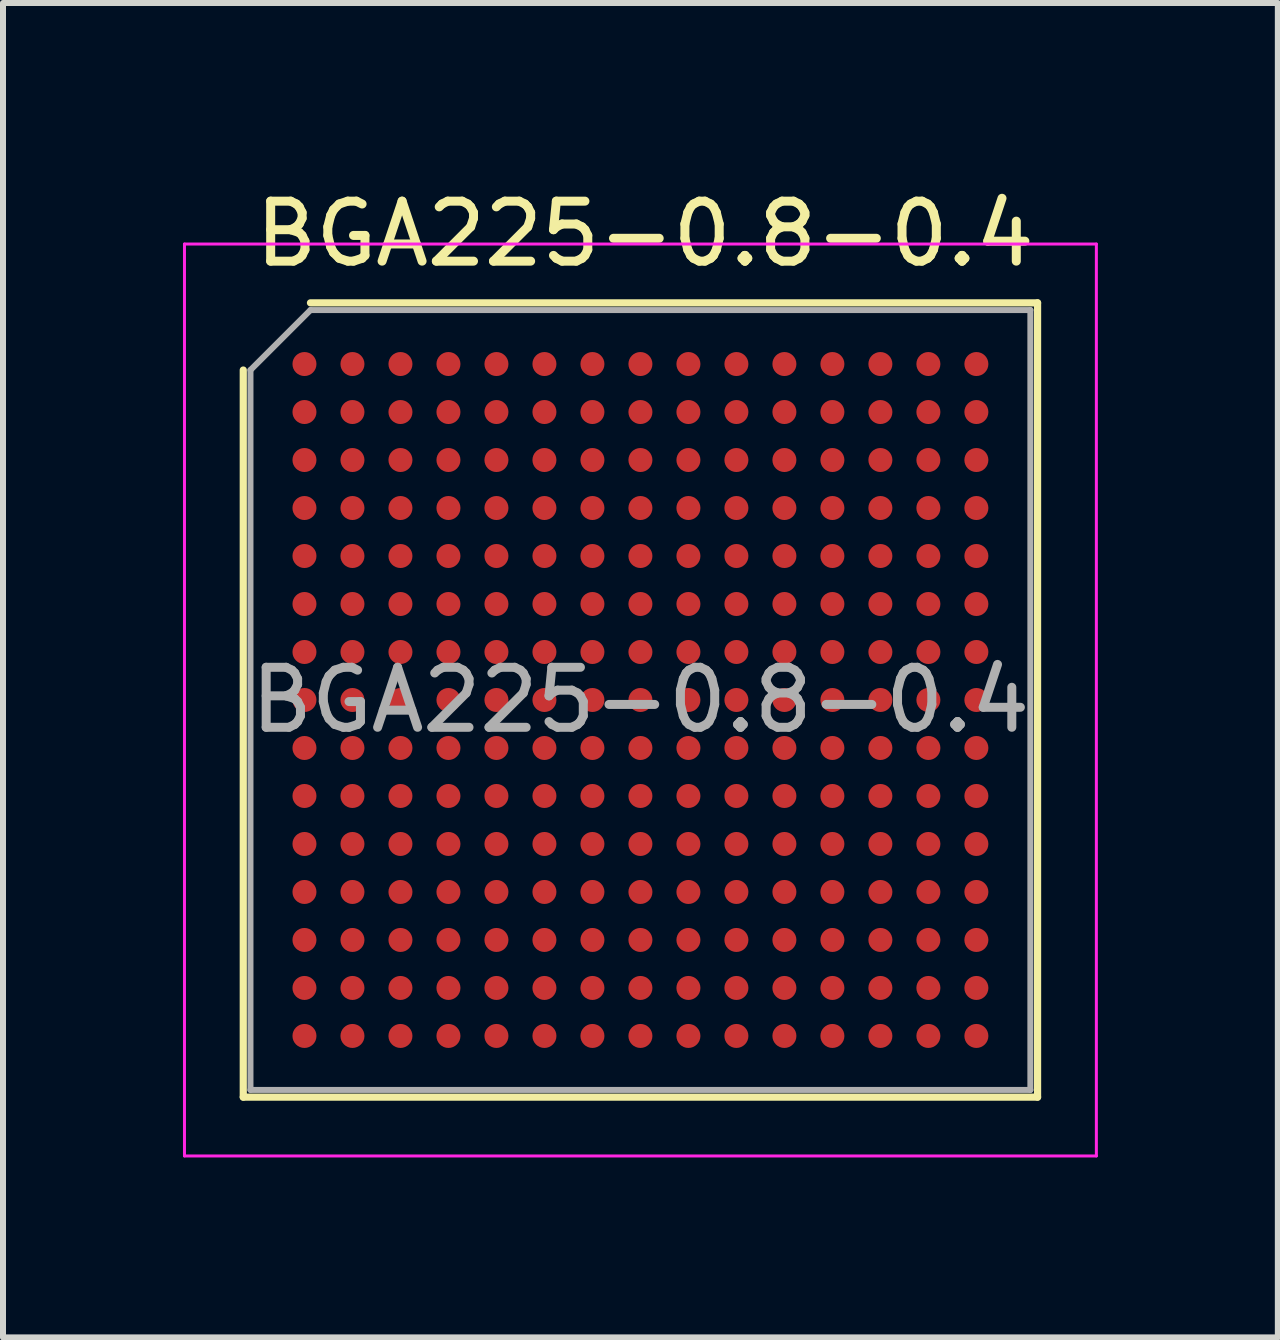
<source format=kicad_pcb>
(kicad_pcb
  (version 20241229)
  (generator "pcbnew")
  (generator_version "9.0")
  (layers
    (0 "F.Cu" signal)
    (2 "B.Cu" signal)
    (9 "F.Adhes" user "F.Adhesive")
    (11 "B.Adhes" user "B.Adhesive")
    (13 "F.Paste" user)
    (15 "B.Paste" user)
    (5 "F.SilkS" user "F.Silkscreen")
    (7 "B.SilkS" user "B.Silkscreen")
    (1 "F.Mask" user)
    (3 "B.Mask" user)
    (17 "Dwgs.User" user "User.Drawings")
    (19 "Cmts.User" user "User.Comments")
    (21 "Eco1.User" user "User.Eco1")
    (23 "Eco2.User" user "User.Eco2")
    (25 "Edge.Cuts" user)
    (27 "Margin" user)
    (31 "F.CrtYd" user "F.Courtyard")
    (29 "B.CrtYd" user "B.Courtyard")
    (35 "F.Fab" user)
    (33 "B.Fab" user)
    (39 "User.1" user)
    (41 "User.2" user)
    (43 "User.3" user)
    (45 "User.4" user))
  (footprint "BGA225-0.8-0.4"
    (layer "F.Cu")
    (at 7.625 8.618)
    (property "Reference" "BGA225-0.8-0.4" (at -6.5 -7.77 0) (layer "F.SilkS") (effects (font (size 1 1) (thickness 0.15)) (justify left)))
    (attr smd)
    (fp_line (start -6.62 -5.5) (end -6.62 6.62) (stroke (width 0.12) (type solid)) (layer "F.SilkS"))
    (fp_line (start -5.5 -6.62) (end 6.62 -6.62) (stroke (width 0.12) (type solid)) (layer "F.SilkS"))
    (fp_line (start 6.62 6.62) (end -6.62 6.62) (stroke (width 0.12) (type solid)) (layer "F.SilkS"))
    (fp_line (start 6.62 6.62) (end 6.62 -6.62) (stroke (width 0.12) (type solid)) (layer "F.SilkS"))
    (fp_line (start -7.6 -7.6) (end -7.6 7.6) (stroke (width 0.05) (type solid)) (layer "F.CrtYd"))
    (fp_line (start -7.6 -7.6) (end 7.6 -7.6) (stroke (width 0.05) (type solid)) (layer "F.CrtYd"))
    (fp_line (start 7.6 7.6) (end -7.6 7.6) (stroke (width 0.05) (type solid)) (layer "F.CrtYd"))
    (fp_line (start 7.6 7.6) (end 7.6 -7.6) (stroke (width 0.05) (type solid)) (layer "F.CrtYd"))
    (fp_line (start -6.5 -5.5) (end -6.5 6.5) (stroke (width 0.1) (type solid)) (layer "F.Fab"))
    (fp_line (start -5.5 -6.5) (end -6.5 -5.5) (stroke (width 0.1) (type solid)) (layer "F.Fab"))
    (fp_line (start -5.5 -6.5) (end 6.5 -6.5) (stroke (width 0.1) (type solid)) (layer "F.Fab"))
    (fp_line (start 6.5 6.5) (end -6.5 6.5) (stroke (width 0.1) (type solid)) (layer "F.Fab"))
    (fp_line (start 6.5 6.5) (end 6.5 -6.5) (stroke (width 0.1) (type solid)) (layer "F.Fab"))
    (fp_text user "${REFERENCE}" (at 0 0 0) (layer "F.Fab") (effects (font (size 1 1) (thickness 0.15))))
    (pad "A1" smd circle (at -5.6 -5.6) (size 0.4 0.4) (layers "F.Cu" "F.Mask" "F.Paste"))
    (pad "A2" smd circle (at -4.8 -5.6) (size 0.4 0.4) (layers "F.Cu" "F.Mask" "F.Paste"))
    (pad "A3" smd circle (at -4 -5.6) (size 0.4 0.4) (layers "F.Cu" "F.Mask" "F.Paste"))
    (pad "A4" smd circle (at -3.2 -5.6) (size 0.4 0.4) (layers "F.Cu" "F.Mask" "F.Paste"))
    (pad "A5" smd circle (at -2.4 -5.6) (size 0.4 0.4) (layers "F.Cu" "F.Mask" "F.Paste"))
    (pad "A6" smd circle (at -1.6 -5.6) (size 0.4 0.4) (layers "F.Cu" "F.Mask" "F.Paste"))
    (pad "A7" smd circle (at -0.8 -5.6) (size 0.4 0.4) (layers "F.Cu" "F.Mask" "F.Paste"))
    (pad "A8" smd circle (at 0 -5.6) (size 0.4 0.4) (layers "F.Cu" "F.Mask" "F.Paste"))
    (pad "A9" smd circle (at 0.8 -5.6) (size 0.4 0.4) (layers "F.Cu" "F.Mask" "F.Paste"))
    (pad "A10" smd circle (at 1.6 -5.6) (size 0.4 0.4) (layers "F.Cu" "F.Mask" "F.Paste"))
    (pad "A11" smd circle (at 2.4 -5.6) (size 0.4 0.4) (layers "F.Cu" "F.Mask" "F.Paste"))
    (pad "A12" smd circle (at 3.2 -5.6) (size 0.4 0.4) (layers "F.Cu" "F.Mask" "F.Paste"))
    (pad "A13" smd circle (at 4 -5.6) (size 0.4 0.4) (layers "F.Cu" "F.Mask" "F.Paste"))
    (pad "A14" smd circle (at 4.8 -5.6) (size 0.4 0.4) (layers "F.Cu" "F.Mask" "F.Paste"))
    (pad "A15" smd circle (at 5.6 -5.6) (size 0.4 0.4) (layers "F.Cu" "F.Mask" "F.Paste"))
    (pad "B1" smd circle (at -5.6 -4.8) (size 0.4 0.4) (layers "F.Cu" "F.Mask" "F.Paste"))
    (pad "B2" smd circle (at -4.8 -4.8) (size 0.4 0.4) (layers "F.Cu" "F.Mask" "F.Paste"))
    (pad "B3" smd circle (at -4 -4.8) (size 0.4 0.4) (layers "F.Cu" "F.Mask" "F.Paste"))
    (pad "B4" smd circle (at -3.2 -4.8) (size 0.4 0.4) (layers "F.Cu" "F.Mask" "F.Paste"))
    (pad "B5" smd circle (at -2.4 -4.8) (size 0.4 0.4) (layers "F.Cu" "F.Mask" "F.Paste"))
    (pad "B6" smd circle (at -1.6 -4.8) (size 0.4 0.4) (layers "F.Cu" "F.Mask" "F.Paste"))
    (pad "B7" smd circle (at -0.8 -4.8) (size 0.4 0.4) (layers "F.Cu" "F.Mask" "F.Paste"))
    (pad "B8" smd circle (at 0 -4.8) (size 0.4 0.4) (layers "F.Cu" "F.Mask" "F.Paste"))
    (pad "B9" smd circle (at 0.8 -4.8) (size 0.4 0.4) (layers "F.Cu" "F.Mask" "F.Paste"))
    (pad "B10" smd circle (at 1.6 -4.8) (size 0.4 0.4) (layers "F.Cu" "F.Mask" "F.Paste"))
    (pad "B11" smd circle (at 2.4 -4.8) (size 0.4 0.4) (layers "F.Cu" "F.Mask" "F.Paste"))
    (pad "B12" smd circle (at 3.2 -4.8) (size 0.4 0.4) (layers "F.Cu" "F.Mask" "F.Paste"))
    (pad "B13" smd circle (at 4 -4.8) (size 0.4 0.4) (layers "F.Cu" "F.Mask" "F.Paste"))
    (pad "B14" smd circle (at 4.8 -4.8) (size 0.4 0.4) (layers "F.Cu" "F.Mask" "F.Paste"))
    (pad "B15" smd circle (at 5.6 -4.8) (size 0.4 0.4) (layers "F.Cu" "F.Mask" "F.Paste"))
    (pad "C1" smd circle (at -5.6 -4) (size 0.4 0.4) (layers "F.Cu" "F.Mask" "F.Paste"))
    (pad "C2" smd circle (at -4.8 -4) (size 0.4 0.4) (layers "F.Cu" "F.Mask" "F.Paste"))
    (pad "C3" smd circle (at -4 -4) (size 0.4 0.4) (layers "F.Cu" "F.Mask" "F.Paste"))
    (pad "C4" smd circle (at -3.2 -4) (size 0.4 0.4) (layers "F.Cu" "F.Mask" "F.Paste"))
    (pad "C5" smd circle (at -2.4 -4) (size 0.4 0.4) (layers "F.Cu" "F.Mask" "F.Paste"))
    (pad "C6" smd circle (at -1.6 -4) (size 0.4 0.4) (layers "F.Cu" "F.Mask" "F.Paste"))
    (pad "C7" smd circle (at -0.8 -4) (size 0.4 0.4) (layers "F.Cu" "F.Mask" "F.Paste"))
    (pad "C8" smd circle (at 0 -4) (size 0.4 0.4) (layers "F.Cu" "F.Mask" "F.Paste"))
    (pad "C9" smd circle (at 0.8 -4) (size 0.4 0.4) (layers "F.Cu" "F.Mask" "F.Paste"))
    (pad "C10" smd circle (at 1.6 -4) (size 0.4 0.4) (layers "F.Cu" "F.Mask" "F.Paste"))
    (pad "C11" smd circle (at 2.4 -4) (size 0.4 0.4) (layers "F.Cu" "F.Mask" "F.Paste"))
    (pad "C12" smd circle (at 3.2 -4) (size 0.4 0.4) (layers "F.Cu" "F.Mask" "F.Paste"))
    (pad "C13" smd circle (at 4 -4) (size 0.4 0.4) (layers "F.Cu" "F.Mask" "F.Paste"))
    (pad "C14" smd circle (at 4.8 -4) (size 0.4 0.4) (layers "F.Cu" "F.Mask" "F.Paste"))
    (pad "C15" smd circle (at 5.6 -4) (size 0.4 0.4) (layers "F.Cu" "F.Mask" "F.Paste"))
    (pad "D1" smd circle (at -5.6 -3.2) (size 0.4 0.4) (layers "F.Cu" "F.Mask" "F.Paste"))
    (pad "D2" smd circle (at -4.8 -3.2) (size 0.4 0.4) (layers "F.Cu" "F.Mask" "F.Paste"))
    (pad "D3" smd circle (at -4 -3.2) (size 0.4 0.4) (layers "F.Cu" "F.Mask" "F.Paste"))
    (pad "D4" smd circle (at -3.2 -3.2) (size 0.4 0.4) (layers "F.Cu" "F.Mask" "F.Paste"))
    (pad "D5" smd circle (at -2.4 -3.2) (size 0.4 0.4) (layers "F.Cu" "F.Mask" "F.Paste"))
    (pad "D6" smd circle (at -1.6 -3.2) (size 0.4 0.4) (layers "F.Cu" "F.Mask" "F.Paste"))
    (pad "D7" smd circle (at -0.8 -3.2) (size 0.4 0.4) (layers "F.Cu" "F.Mask" "F.Paste"))
    (pad "D8" smd circle (at 0 -3.2) (size 0.4 0.4) (layers "F.Cu" "F.Mask" "F.Paste"))
    (pad "D9" smd circle (at 0.8 -3.2) (size 0.4 0.4) (layers "F.Cu" "F.Mask" "F.Paste"))
    (pad "D10" smd circle (at 1.6 -3.2) (size 0.4 0.4) (layers "F.Cu" "F.Mask" "F.Paste"))
    (pad "D11" smd circle (at 2.4 -3.2) (size 0.4 0.4) (layers "F.Cu" "F.Mask" "F.Paste"))
    (pad "D12" smd circle (at 3.2 -3.2) (size 0.4 0.4) (layers "F.Cu" "F.Mask" "F.Paste"))
    (pad "D13" smd circle (at 4 -3.2) (size 0.4 0.4) (layers "F.Cu" "F.Mask" "F.Paste"))
    (pad "D14" smd circle (at 4.8 -3.2) (size 0.4 0.4) (layers "F.Cu" "F.Mask" "F.Paste"))
    (pad "D15" smd circle (at 5.6 -3.2) (size 0.4 0.4) (layers "F.Cu" "F.Mask" "F.Paste"))
    (pad "E1" smd circle (at -5.6 -2.4) (size 0.4 0.4) (layers "F.Cu" "F.Mask" "F.Paste"))
    (pad "E2" smd circle (at -4.8 -2.4) (size 0.4 0.4) (layers "F.Cu" "F.Mask" "F.Paste"))
    (pad "E3" smd circle (at -4 -2.4) (size 0.4 0.4) (layers "F.Cu" "F.Mask" "F.Paste"))
    (pad "E4" smd circle (at -3.2 -2.4) (size 0.4 0.4) (layers "F.Cu" "F.Mask" "F.Paste"))
    (pad "E5" smd circle (at -2.4 -2.4) (size 0.4 0.4) (layers "F.Cu" "F.Mask" "F.Paste"))
    (pad "E6" smd circle (at -1.6 -2.4) (size 0.4 0.4) (layers "F.Cu" "F.Mask" "F.Paste"))
    (pad "E7" smd circle (at -0.8 -2.4) (size 0.4 0.4) (layers "F.Cu" "F.Mask" "F.Paste"))
    (pad "E8" smd circle (at 0 -2.4) (size 0.4 0.4) (layers "F.Cu" "F.Mask" "F.Paste"))
    (pad "E9" smd circle (at 0.8 -2.4) (size 0.4 0.4) (layers "F.Cu" "F.Mask" "F.Paste"))
    (pad "E10" smd circle (at 1.6 -2.4) (size 0.4 0.4) (layers "F.Cu" "F.Mask" "F.Paste"))
    (pad "E11" smd circle (at 2.4 -2.4) (size 0.4 0.4) (layers "F.Cu" "F.Mask" "F.Paste"))
    (pad "E12" smd circle (at 3.2 -2.4) (size 0.4 0.4) (layers "F.Cu" "F.Mask" "F.Paste"))
    (pad "E13" smd circle (at 4 -2.4) (size 0.4 0.4) (layers "F.Cu" "F.Mask" "F.Paste"))
    (pad "E14" smd circle (at 4.8 -2.4) (size 0.4 0.4) (layers "F.Cu" "F.Mask" "F.Paste"))
    (pad "E15" smd circle (at 5.6 -2.4) (size 0.4 0.4) (layers "F.Cu" "F.Mask" "F.Paste"))
    (pad "F1" smd circle (at -5.6 -1.6) (size 0.4 0.4) (layers "F.Cu" "F.Mask" "F.Paste"))
    (pad "F2" smd circle (at -4.8 -1.6) (size 0.4 0.4) (layers "F.Cu" "F.Mask" "F.Paste"))
    (pad "F3" smd circle (at -4 -1.6) (size 0.4 0.4) (layers "F.Cu" "F.Mask" "F.Paste"))
    (pad "F4" smd circle (at -3.2 -1.6) (size 0.4 0.4) (layers "F.Cu" "F.Mask" "F.Paste"))
    (pad "F5" smd circle (at -2.4 -1.6) (size 0.4 0.4) (layers "F.Cu" "F.Mask" "F.Paste"))
    (pad "F6" smd circle (at -1.6 -1.6) (size 0.4 0.4) (layers "F.Cu" "F.Mask" "F.Paste"))
    (pad "F7" smd circle (at -0.8 -1.6) (size 0.4 0.4) (layers "F.Cu" "F.Mask" "F.Paste"))
    (pad "F8" smd circle (at 0 -1.6) (size 0.4 0.4) (layers "F.Cu" "F.Mask" "F.Paste"))
    (pad "F9" smd circle (at 0.8 -1.6) (size 0.4 0.4) (layers "F.Cu" "F.Mask" "F.Paste"))
    (pad "F10" smd circle (at 1.6 -1.6) (size 0.4 0.4) (layers "F.Cu" "F.Mask" "F.Paste"))
    (pad "F11" smd circle (at 2.4 -1.6) (size 0.4 0.4) (layers "F.Cu" "F.Mask" "F.Paste"))
    (pad "F12" smd circle (at 3.2 -1.6) (size 0.4 0.4) (layers "F.Cu" "F.Mask" "F.Paste"))
    (pad "F13" smd circle (at 4 -1.6) (size 0.4 0.4) (layers "F.Cu" "F.Mask" "F.Paste"))
    (pad "F14" smd circle (at 4.8 -1.6) (size 0.4 0.4) (layers "F.Cu" "F.Mask" "F.Paste"))
    (pad "F15" smd circle (at 5.6 -1.6) (size 0.4 0.4) (layers "F.Cu" "F.Mask" "F.Paste"))
    (pad "G1" smd circle (at -5.6 -0.8) (size 0.4 0.4) (layers "F.Cu" "F.Mask" "F.Paste"))
    (pad "G2" smd circle (at -4.8 -0.8) (size 0.4 0.4) (layers "F.Cu" "F.Mask" "F.Paste"))
    (pad "G3" smd circle (at -4 -0.8) (size 0.4 0.4) (layers "F.Cu" "F.Mask" "F.Paste"))
    (pad "G4" smd circle (at -3.2 -0.8) (size 0.4 0.4) (layers "F.Cu" "F.Mask" "F.Paste"))
    (pad "G5" smd circle (at -2.4 -0.8) (size 0.4 0.4) (layers "F.Cu" "F.Mask" "F.Paste"))
    (pad "G6" smd circle (at -1.6 -0.8) (size 0.4 0.4) (layers "F.Cu" "F.Mask" "F.Paste"))
    (pad "G7" smd circle (at -0.8 -0.8) (size 0.4 0.4) (layers "F.Cu" "F.Mask" "F.Paste"))
    (pad "G8" smd circle (at 0 -0.8) (size 0.4 0.4) (layers "F.Cu" "F.Mask" "F.Paste"))
    (pad "G9" smd circle (at 0.8 -0.8) (size 0.4 0.4) (layers "F.Cu" "F.Mask" "F.Paste"))
    (pad "G10" smd circle (at 1.6 -0.8) (size 0.4 0.4) (layers "F.Cu" "F.Mask" "F.Paste"))
    (pad "G11" smd circle (at 2.4 -0.8) (size 0.4 0.4) (layers "F.Cu" "F.Mask" "F.Paste"))
    (pad "G12" smd circle (at 3.2 -0.8) (size 0.4 0.4) (layers "F.Cu" "F.Mask" "F.Paste"))
    (pad "G13" smd circle (at 4 -0.8) (size 0.4 0.4) (layers "F.Cu" "F.Mask" "F.Paste"))
    (pad "G14" smd circle (at 4.8 -0.8) (size 0.4 0.4) (layers "F.Cu" "F.Mask" "F.Paste"))
    (pad "G15" smd circle (at 5.6 -0.8) (size 0.4 0.4) (layers "F.Cu" "F.Mask" "F.Paste"))
    (pad "H1" smd circle (at -5.6 0) (size 0.4 0.4) (layers "F.Cu" "F.Mask" "F.Paste"))
    (pad "H2" smd circle (at -4.8 0) (size 0.4 0.4) (layers "F.Cu" "F.Mask" "F.Paste"))
    (pad "H3" smd circle (at -4 0) (size 0.4 0.4) (layers "F.Cu" "F.Mask" "F.Paste"))
    (pad "H4" smd circle (at -3.2 0) (size 0.4 0.4) (layers "F.Cu" "F.Mask" "F.Paste"))
    (pad "H5" smd circle (at -2.4 0) (size 0.4 0.4) (layers "F.Cu" "F.Mask" "F.Paste"))
    (pad "H6" smd circle (at -1.6 0) (size 0.4 0.4) (layers "F.Cu" "F.Mask" "F.Paste"))
    (pad "H7" smd circle (at -0.8 0) (size 0.4 0.4) (layers "F.Cu" "F.Mask" "F.Paste"))
    (pad "H8" smd circle (at 0 0) (size 0.4 0.4) (layers "F.Cu" "F.Mask" "F.Paste"))
    (pad "H9" smd circle (at 0.8 0) (size 0.4 0.4) (layers "F.Cu" "F.Mask" "F.Paste"))
    (pad "H10" smd circle (at 1.6 0) (size 0.4 0.4) (layers "F.Cu" "F.Mask" "F.Paste"))
    (pad "H11" smd circle (at 2.4 0) (size 0.4 0.4) (layers "F.Cu" "F.Mask" "F.Paste"))
    (pad "H12" smd circle (at 3.2 0) (size 0.4 0.4) (layers "F.Cu" "F.Mask" "F.Paste"))
    (pad "H13" smd circle (at 4 0) (size 0.4 0.4) (layers "F.Cu" "F.Mask" "F.Paste"))
    (pad "H14" smd circle (at 4.8 0) (size 0.4 0.4) (layers "F.Cu" "F.Mask" "F.Paste"))
    (pad "H15" smd circle (at 5.6 0) (size 0.4 0.4) (layers "F.Cu" "F.Mask" "F.Paste"))
    (pad "J1" smd circle (at -5.6 0.8) (size 0.4 0.4) (layers "F.Cu" "F.Mask" "F.Paste"))
    (pad "J2" smd circle (at -4.8 0.8) (size 0.4 0.4) (layers "F.Cu" "F.Mask" "F.Paste"))
    (pad "J3" smd circle (at -4 0.8) (size 0.4 0.4) (layers "F.Cu" "F.Mask" "F.Paste"))
    (pad "J4" smd circle (at -3.2 0.8) (size 0.4 0.4) (layers "F.Cu" "F.Mask" "F.Paste"))
    (pad "J5" smd circle (at -2.4 0.8) (size 0.4 0.4) (layers "F.Cu" "F.Mask" "F.Paste"))
    (pad "J6" smd circle (at -1.6 0.8) (size 0.4 0.4) (layers "F.Cu" "F.Mask" "F.Paste"))
    (pad "J7" smd circle (at -0.8 0.8) (size 0.4 0.4) (layers "F.Cu" "F.Mask" "F.Paste"))
    (pad "J8" smd circle (at 0 0.8) (size 0.4 0.4) (layers "F.Cu" "F.Mask" "F.Paste"))
    (pad "J9" smd circle (at 0.8 0.8) (size 0.4 0.4) (layers "F.Cu" "F.Mask" "F.Paste"))
    (pad "J10" smd circle (at 1.6 0.8) (size 0.4 0.4) (layers "F.Cu" "F.Mask" "F.Paste"))
    (pad "J11" smd circle (at 2.4 0.8) (size 0.4 0.4) (layers "F.Cu" "F.Mask" "F.Paste"))
    (pad "J12" smd circle (at 3.2 0.8) (size 0.4 0.4) (layers "F.Cu" "F.Mask" "F.Paste"))
    (pad "J13" smd circle (at 4 0.8) (size 0.4 0.4) (layers "F.Cu" "F.Mask" "F.Paste"))
    (pad "J14" smd circle (at 4.8 0.8) (size 0.4 0.4) (layers "F.Cu" "F.Mask" "F.Paste"))
    (pad "J15" smd circle (at 5.6 0.8) (size 0.4 0.4) (layers "F.Cu" "F.Mask" "F.Paste"))
    (pad "K1" smd circle (at -5.6 1.6) (size 0.4 0.4) (layers "F.Cu" "F.Mask" "F.Paste"))
    (pad "K2" smd circle (at -4.8 1.6) (size 0.4 0.4) (layers "F.Cu" "F.Mask" "F.Paste"))
    (pad "K3" smd circle (at -4 1.6) (size 0.4 0.4) (layers "F.Cu" "F.Mask" "F.Paste"))
    (pad "K4" smd circle (at -3.2 1.6) (size 0.4 0.4) (layers "F.Cu" "F.Mask" "F.Paste"))
    (pad "K5" smd circle (at -2.4 1.6) (size 0.4 0.4) (layers "F.Cu" "F.Mask" "F.Paste"))
    (pad "K6" smd circle (at -1.6 1.6) (size 0.4 0.4) (layers "F.Cu" "F.Mask" "F.Paste"))
    (pad "K7" smd circle (at -0.8 1.6) (size 0.4 0.4) (layers "F.Cu" "F.Mask" "F.Paste"))
    (pad "K8" smd circle (at 0 1.6) (size 0.4 0.4) (layers "F.Cu" "F.Mask" "F.Paste"))
    (pad "K9" smd circle (at 0.8 1.6) (size 0.4 0.4) (layers "F.Cu" "F.Mask" "F.Paste"))
    (pad "K10" smd circle (at 1.6 1.6) (size 0.4 0.4) (layers "F.Cu" "F.Mask" "F.Paste"))
    (pad "K11" smd circle (at 2.4 1.6) (size 0.4 0.4) (layers "F.Cu" "F.Mask" "F.Paste"))
    (pad "K12" smd circle (at 3.2 1.6) (size 0.4 0.4) (layers "F.Cu" "F.Mask" "F.Paste"))
    (pad "K13" smd circle (at 4 1.6) (size 0.4 0.4) (layers "F.Cu" "F.Mask" "F.Paste"))
    (pad "K14" smd circle (at 4.8 1.6) (size 0.4 0.4) (layers "F.Cu" "F.Mask" "F.Paste"))
    (pad "K15" smd circle (at 5.6 1.6) (size 0.4 0.4) (layers "F.Cu" "F.Mask" "F.Paste"))
    (pad "L1" smd circle (at -5.6 2.4) (size 0.4 0.4) (layers "F.Cu" "F.Mask" "F.Paste"))
    (pad "L2" smd circle (at -4.8 2.4) (size 0.4 0.4) (layers "F.Cu" "F.Mask" "F.Paste"))
    (pad "L3" smd circle (at -4 2.4) (size 0.4 0.4) (layers "F.Cu" "F.Mask" "F.Paste"))
    (pad "L4" smd circle (at -3.2 2.4) (size 0.4 0.4) (layers "F.Cu" "F.Mask" "F.Paste"))
    (pad "L5" smd circle (at -2.4 2.4) (size 0.4 0.4) (layers "F.Cu" "F.Mask" "F.Paste"))
    (pad "L6" smd circle (at -1.6 2.4) (size 0.4 0.4) (layers "F.Cu" "F.Mask" "F.Paste"))
    (pad "L7" smd circle (at -0.8 2.4) (size 0.4 0.4) (layers "F.Cu" "F.Mask" "F.Paste"))
    (pad "L8" smd circle (at 0 2.4) (size 0.4 0.4) (layers "F.Cu" "F.Mask" "F.Paste"))
    (pad "L9" smd circle (at 0.8 2.4) (size 0.4 0.4) (layers "F.Cu" "F.Mask" "F.Paste"))
    (pad "L10" smd circle (at 1.6 2.4) (size 0.4 0.4) (layers "F.Cu" "F.Mask" "F.Paste"))
    (pad "L11" smd circle (at 2.4 2.4) (size 0.4 0.4) (layers "F.Cu" "F.Mask" "F.Paste"))
    (pad "L12" smd circle (at 3.2 2.4) (size 0.4 0.4) (layers "F.Cu" "F.Mask" "F.Paste"))
    (pad "L13" smd circle (at 4 2.4) (size 0.4 0.4) (layers "F.Cu" "F.Mask" "F.Paste"))
    (pad "L14" smd circle (at 4.8 2.4) (size 0.4 0.4) (layers "F.Cu" "F.Mask" "F.Paste"))
    (pad "L15" smd circle (at 5.6 2.4) (size 0.4 0.4) (layers "F.Cu" "F.Mask" "F.Paste"))
    (pad "M1" smd circle (at -5.6 3.2) (size 0.4 0.4) (layers "F.Cu" "F.Mask" "F.Paste"))
    (pad "M2" smd circle (at -4.8 3.2) (size 0.4 0.4) (layers "F.Cu" "F.Mask" "F.Paste"))
    (pad "M3" smd circle (at -4 3.2) (size 0.4 0.4) (layers "F.Cu" "F.Mask" "F.Paste"))
    (pad "M4" smd circle (at -3.2 3.2) (size 0.4 0.4) (layers "F.Cu" "F.Mask" "F.Paste"))
    (pad "M5" smd circle (at -2.4 3.2) (size 0.4 0.4) (layers "F.Cu" "F.Mask" "F.Paste"))
    (pad "M6" smd circle (at -1.6 3.2) (size 0.4 0.4) (layers "F.Cu" "F.Mask" "F.Paste"))
    (pad "M7" smd circle (at -0.8 3.2) (size 0.4 0.4) (layers "F.Cu" "F.Mask" "F.Paste"))
    (pad "M8" smd circle (at 0 3.2) (size 0.4 0.4) (layers "F.Cu" "F.Mask" "F.Paste"))
    (pad "M9" smd circle (at 0.8 3.2) (size 0.4 0.4) (layers "F.Cu" "F.Mask" "F.Paste"))
    (pad "M10" smd circle (at 1.6 3.2) (size 0.4 0.4) (layers "F.Cu" "F.Mask" "F.Paste"))
    (pad "M11" smd circle (at 2.4 3.2) (size 0.4 0.4) (layers "F.Cu" "F.Mask" "F.Paste"))
    (pad "M12" smd circle (at 3.2 3.2) (size 0.4 0.4) (layers "F.Cu" "F.Mask" "F.Paste"))
    (pad "M13" smd circle (at 4 3.2) (size 0.4 0.4) (layers "F.Cu" "F.Mask" "F.Paste"))
    (pad "M14" smd circle (at 4.8 3.2) (size 0.4 0.4) (layers "F.Cu" "F.Mask" "F.Paste"))
    (pad "M15" smd circle (at 5.6 3.2) (size 0.4 0.4) (layers "F.Cu" "F.Mask" "F.Paste"))
    (pad "N1" smd circle (at -5.6 4) (size 0.4 0.4) (layers "F.Cu" "F.Mask" "F.Paste"))
    (pad "N2" smd circle (at -4.8 4) (size 0.4 0.4) (layers "F.Cu" "F.Mask" "F.Paste"))
    (pad "N3" smd circle (at -4 4) (size 0.4 0.4) (layers "F.Cu" "F.Mask" "F.Paste"))
    (pad "N4" smd circle (at -3.2 4) (size 0.4 0.4) (layers "F.Cu" "F.Mask" "F.Paste"))
    (pad "N5" smd circle (at -2.4 4) (size 0.4 0.4) (layers "F.Cu" "F.Mask" "F.Paste"))
    (pad "N6" smd circle (at -1.6 4) (size 0.4 0.4) (layers "F.Cu" "F.Mask" "F.Paste"))
    (pad "N7" smd circle (at -0.8 4) (size 0.4 0.4) (layers "F.Cu" "F.Mask" "F.Paste"))
    (pad "N8" smd circle (at 0 4) (size 0.4 0.4) (layers "F.Cu" "F.Mask" "F.Paste"))
    (pad "N9" smd circle (at 0.8 4) (size 0.4 0.4) (layers "F.Cu" "F.Mask" "F.Paste"))
    (pad "N10" smd circle (at 1.6 4) (size 0.4 0.4) (layers "F.Cu" "F.Mask" "F.Paste"))
    (pad "N11" smd circle (at 2.4 4) (size 0.4 0.4) (layers "F.Cu" "F.Mask" "F.Paste"))
    (pad "N12" smd circle (at 3.2 4) (size 0.4 0.4) (layers "F.Cu" "F.Mask" "F.Paste"))
    (pad "N13" smd circle (at 4 4) (size 0.4 0.4) (layers "F.Cu" "F.Mask" "F.Paste"))
    (pad "N14" smd circle (at 4.8 4) (size 0.4 0.4) (layers "F.Cu" "F.Mask" "F.Paste"))
    (pad "N15" smd circle (at 5.6 4) (size 0.4 0.4) (layers "F.Cu" "F.Mask" "F.Paste"))
    (pad "P1" smd circle (at -5.6 4.8) (size 0.4 0.4) (layers "F.Cu" "F.Mask" "F.Paste"))
    (pad "P2" smd circle (at -4.8 4.8) (size 0.4 0.4) (layers "F.Cu" "F.Mask" "F.Paste"))
    (pad "P3" smd circle (at -4 4.8) (size 0.4 0.4) (layers "F.Cu" "F.Mask" "F.Paste"))
    (pad "P4" smd circle (at -3.2 4.8) (size 0.4 0.4) (layers "F.Cu" "F.Mask" "F.Paste"))
    (pad "P5" smd circle (at -2.4 4.8) (size 0.4 0.4) (layers "F.Cu" "F.Mask" "F.Paste"))
    (pad "P6" smd circle (at -1.6 4.8) (size 0.4 0.4) (layers "F.Cu" "F.Mask" "F.Paste"))
    (pad "P7" smd circle (at -0.8 4.8) (size 0.4 0.4) (layers "F.Cu" "F.Mask" "F.Paste"))
    (pad "P8" smd circle (at 0 4.8) (size 0.4 0.4) (layers "F.Cu" "F.Mask" "F.Paste"))
    (pad "P9" smd circle (at 0.8 4.8) (size 0.4 0.4) (layers "F.Cu" "F.Mask" "F.Paste"))
    (pad "P10" smd circle (at 1.6 4.8) (size 0.4 0.4) (layers "F.Cu" "F.Mask" "F.Paste"))
    (pad "P11" smd circle (at 2.4 4.8) (size 0.4 0.4) (layers "F.Cu" "F.Mask" "F.Paste"))
    (pad "P12" smd circle (at 3.2 4.8) (size 0.4 0.4) (layers "F.Cu" "F.Mask" "F.Paste"))
    (pad "P13" smd circle (at 4 4.8) (size 0.4 0.4) (layers "F.Cu" "F.Mask" "F.Paste"))
    (pad "P14" smd circle (at 4.8 4.8) (size 0.4 0.4) (layers "F.Cu" "F.Mask" "F.Paste"))
    (pad "P15" smd circle (at 5.6 4.8) (size 0.4 0.4) (layers "F.Cu" "F.Mask" "F.Paste"))
    (pad "R1" smd circle (at -5.6 5.6) (size 0.4 0.4) (layers "F.Cu" "F.Mask" "F.Paste"))
    (pad "R2" smd circle (at -4.8 5.6) (size 0.4 0.4) (layers "F.Cu" "F.Mask" "F.Paste"))
    (pad "R3" smd circle (at -4 5.6) (size 0.4 0.4) (layers "F.Cu" "F.Mask" "F.Paste"))
    (pad "R4" smd circle (at -3.2 5.6) (size 0.4 0.4) (layers "F.Cu" "F.Mask" "F.Paste"))
    (pad "R5" smd circle (at -2.4 5.6) (size 0.4 0.4) (layers "F.Cu" "F.Mask" "F.Paste"))
    (pad "R6" smd circle (at -1.6 5.6) (size 0.4 0.4) (layers "F.Cu" "F.Mask" "F.Paste"))
    (pad "R7" smd circle (at -0.8 5.6) (size 0.4 0.4) (layers "F.Cu" "F.Mask" "F.Paste"))
    (pad "R8" smd circle (at 0 5.6) (size 0.4 0.4) (layers "F.Cu" "F.Mask" "F.Paste"))
    (pad "R9" smd circle (at 0.8 5.6) (size 0.4 0.4) (layers "F.Cu" "F.Mask" "F.Paste"))
    (pad "R10" smd circle (at 1.6 5.6) (size 0.4 0.4) (layers "F.Cu" "F.Mask" "F.Paste"))
    (pad "R11" smd circle (at 2.4 5.6) (size 0.4 0.4) (layers "F.Cu" "F.Mask" "F.Paste"))
    (pad "R12" smd circle (at 3.2 5.6) (size 0.4 0.4) (layers "F.Cu" "F.Mask" "F.Paste"))
    (pad "R13" smd circle (at 4 5.6) (size 0.4 0.4) (layers "F.Cu" "F.Mask" "F.Paste"))
    (pad "R14" smd circle (at 4.8 5.6) (size 0.4 0.4) (layers "F.Cu" "F.Mask" "F.Paste"))
    (pad "R15" smd circle (at 5.6 5.6) (size 0.4 0.4) (layers "F.Cu" "F.Mask" "F.Paste")))
  (gr_rect
    (start -3 -3)
    (end 18.25 19.243)
    (stroke (width 0.1) (type default))
    (fill no)
    (layer "Edge.Cuts")))
</source>
